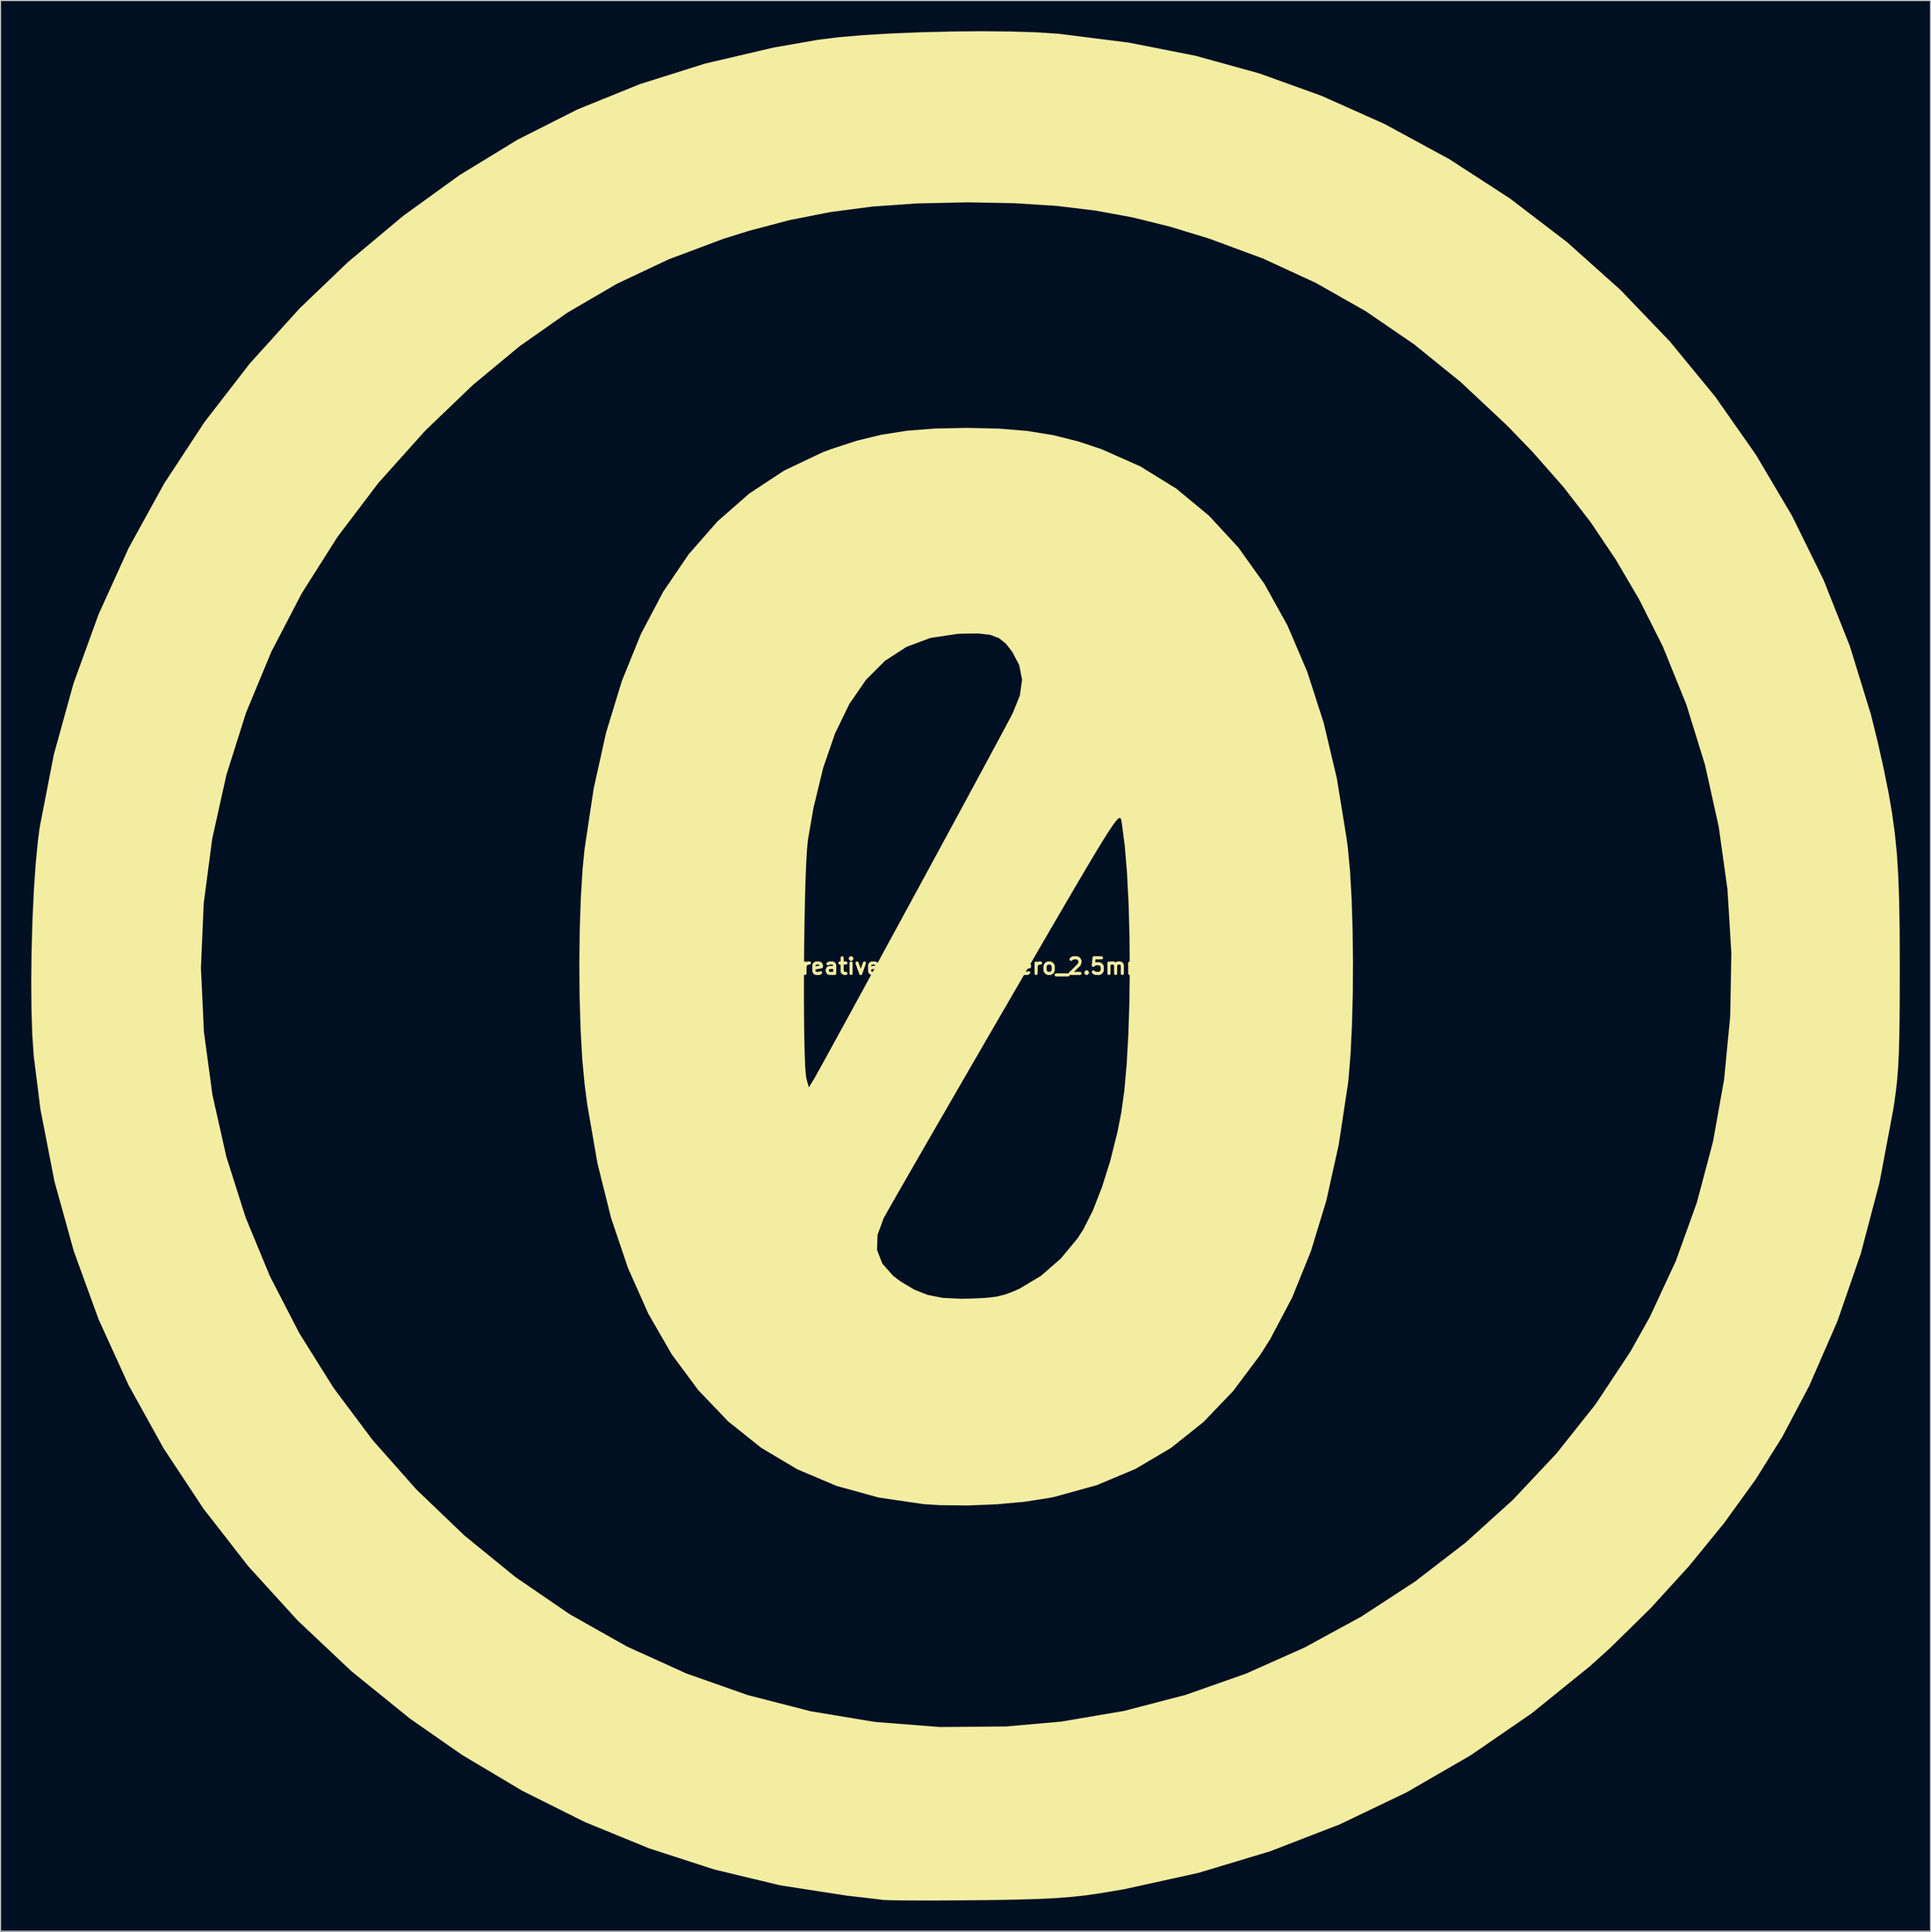
<source format=kicad_pcb>
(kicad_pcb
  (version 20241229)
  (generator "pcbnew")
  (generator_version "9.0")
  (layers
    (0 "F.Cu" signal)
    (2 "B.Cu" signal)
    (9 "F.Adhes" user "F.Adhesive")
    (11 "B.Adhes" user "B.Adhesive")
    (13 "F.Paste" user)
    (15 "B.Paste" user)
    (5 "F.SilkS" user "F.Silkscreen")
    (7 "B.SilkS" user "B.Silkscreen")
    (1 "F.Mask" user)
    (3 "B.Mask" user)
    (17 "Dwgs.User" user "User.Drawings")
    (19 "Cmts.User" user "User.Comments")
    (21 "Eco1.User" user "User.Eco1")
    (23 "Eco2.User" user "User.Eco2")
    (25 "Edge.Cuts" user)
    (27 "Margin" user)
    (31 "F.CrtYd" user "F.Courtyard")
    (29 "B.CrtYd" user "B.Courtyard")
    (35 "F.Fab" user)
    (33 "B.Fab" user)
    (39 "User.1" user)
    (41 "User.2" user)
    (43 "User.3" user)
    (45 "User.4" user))
  (footprint "CreativeCommons_Zero_2.5mm"
    (layer "F.Cu")
    (at 91.309 91.312)
    (property "Reference" "CreativeCommons_Zero_2.5mm" (at 0 0 0) (layer "F.SilkS") (effects (font (size 1.524 1.524) (thickness 0.3))))
    (attr board_only exclude_from_pos_files exclude_from_bom)
    (fp_poly (pts (xy 3.182 -52.51) (xy 5.966 -52.28) (xy 8.507 -51.869) (xy 10.962 -51.25) (xy 13.177 -50.514) (xy 16.993 -48.825) (xy 20.498 -46.659) (xy 23.69 -44.019) (xy 26.567 -40.907) (xy 29.129 -37.324) (xy 31.374 -33.274) (xy 33.3 -28.758) (xy 34.906 -23.779) (xy 36.191 -18.339) (xy 37.152 -12.44) (xy 37.264 -11.558) (xy 37.476 -9.312) (xy 37.631 -6.635) (xy 37.727 -3.662) (xy 37.766 -0.53) (xy 37.747 2.624) (xy 37.669 5.666) (xy 37.534 8.457) (xy 37.341 10.863) (xy 37.264 11.558) (xy 36.364 17.46) (xy 35.159 22.886) (xy 33.646 27.844) (xy 31.823 32.343) (xy 29.686 36.39) (xy 28.705 37.941) (xy 26.061 41.47) (xy 23.166 44.492) (xy 19.996 47.021) (xy 16.53 49.072) (xy 12.746 50.659) (xy 8.624 51.798) (xy 8.077 51.91) (xy 5.691 52.28) (xy 2.97 52.528) (xy 0.141 52.643) (xy -2.573 52.614) (xy -4.138 52.516) (xy -8.555 51.866) (xy -12.677 50.729) (xy -16.502 49.109) (xy -20.026 47.01) (xy -23.247 44.436) (xy -26.161 41.391) (xy -28.765 37.878) (xy -31.055 33.902) (xy -33.029 29.467) (xy -33.629 27.691) (xy -8.71 27.691) (xy -8.202 29.017) (xy -7.139 30.218) (xy -6.434 30.752) (xy -5.086 31.56) (xy -3.762 32.086) (xy -2.294 32.371) (xy -0.516 32.456) (xy 0.452 32.439) (xy 1.882 32.372) (xy 2.939 32.252) (xy 3.821 32.037) (xy 4.725 31.688) (xy 5.235 31.456) (xy 7.298 30.217) (xy 9.224 28.541) (xy 10.87 26.558) (xy 11.43 25.69) (xy 12.355 23.858) (xy 13.245 21.586) (xy 14.057 19.005) (xy 14.749 16.243) (xy 15.14 14.27) (xy 15.433 12.159) (xy 15.662 9.592) (xy 15.827 6.682) (xy 15.929 3.539) (xy 15.967 0.275) (xy 15.941 -2.998) (xy 15.851 -6.169) (xy 15.697 -9.126) (xy 15.479 -11.757) (xy 15.196 -13.951) (xy 15.168 -14.122) (xy 15.128 -14.322) (xy 15.072 -14.459) (xy 14.981 -14.503) (xy 14.834 -14.422) (xy 14.615 -14.187) (xy 14.303 -13.768) (xy 13.88 -13.134) (xy 13.326 -12.255) (xy 12.623 -11.101) (xy 11.752 -9.641) (xy 10.694 -7.846) (xy 9.43 -5.684) (xy 7.94 -3.127) (xy 6.207 -0.143) (xy 4.21 3.298) (xy 3.72 4.143) (xy 1.935 7.221) (xy 0.225 10.175) (xy -1.39 12.966) (xy -2.884 15.552) (xy -4.236 17.895) (xy -5.422 19.955) (xy -6.419 21.69) (xy -7.204 23.061) (xy -7.754 24.029) (xy -8.046 24.553) (xy -8.075 24.608) (xy -8.666 26.227) (xy -8.71 27.691) (xy -33.629 27.691) (xy -34.683 24.577) (xy -36.013 19.236) (xy -37.018 13.448) (xy -37.28 11.416) (xy -37.505 8.984) (xy -37.664 6.13) (xy -37.757 2.999) (xy -37.761 2.586) (xy -15.852 2.586) (xy -15.844 4.767) (xy -15.82 6.748) (xy -15.781 8.448) (xy -15.727 9.786) (xy -15.656 10.683) (xy -15.605 10.974) (xy -15.371 11.817) (xy -14.855 10.974) (xy -14.633 10.583) (xy -14.162 9.733) (xy -13.467 8.471) (xy -12.573 6.839) (xy -11.503 4.883) (xy -10.281 2.646) (xy -8.933 0.172) (xy -7.481 -2.494) (xy -5.95 -5.308) (xy -5.345 -6.421) (xy -3.776 -9.311) (xy -2.267 -12.093) (xy -0.843 -14.721) (xy 0.469 -17.147) (xy 1.645 -19.323) (xy 2.658 -21.204) (xy 3.484 -22.74) (xy 4.096 -23.886) (xy 4.469 -24.593) (xy 4.536 -24.722) (xy 5.238 -26.459) (xy 5.449 -27.996) (xy 5.169 -29.428) (xy 4.495 -30.705) (xy 3.867 -31.512) (xy 3.188 -32.055) (xy 2.339 -32.373) (xy 1.201 -32.504) (xy -0.344 -32.488) (xy -0.906 -32.46) (xy -3.495 -32.071) (xy -5.836 -31.198) (xy -7.934 -29.837) (xy -9.792 -27.98) (xy -11.415 -25.623) (xy -12.807 -22.759) (xy -13.973 -19.383) (xy -14.917 -15.487) (xy -15.453 -12.415) (xy -15.544 -11.529) (xy -15.624 -10.2) (xy -15.693 -8.507) (xy -15.75 -6.532) (xy -15.795 -4.355) (xy -15.828 -2.056) (xy -15.847 0.285) (xy -15.852 2.586) (xy -37.761 2.586) (xy -37.785 -0.266) (xy -37.746 -3.519) (xy -37.643 -6.615) (xy -37.473 -9.411) (xy -37.28 -11.416) (xy -36.388 -17.347) (xy -35.17 -22.834) (xy -33.63 -27.871) (xy -31.77 -32.455) (xy -29.594 -36.581) (xy -27.104 -40.244) (xy -24.303 -43.441) (xy -21.193 -46.166) (xy -17.777 -48.415) (xy -14.058 -50.184) (xy -13.224 -50.499) (xy -10.712 -51.32) (xy -8.281 -51.913) (xy -5.771 -52.304) (xy -3.019 -52.518) (xy 0 -52.58)) (stroke (width 0) (type solid)) (fill yes) (layer "F.SilkS"))
    (fp_poly (pts (xy 4.3 -91.287) (xy 6.819 -91.207) (xy 8.935 -91.07) (xy 9.074 -91.057) (xy 15.888 -90.199) (xy 22.376 -88.919) (xy 28.623 -87.193) (xy 34.71 -84.999) (xy 40.721 -82.313) (xy 40.954 -82.198) (xy 47.188 -78.813) (xy 53.101 -74.977) (xy 58.672 -70.716) (xy 63.88 -66.057) (xy 68.702 -61.029) (xy 73.118 -55.657) (xy 77.106 -49.968) (xy 80.643 -43.991) (xy 83.71 -37.752) (xy 86.283 -31.279) (xy 88.343 -24.597) (xy 89.059 -21.69) (xy 89.607 -19.222) (xy 90.052 -17.018) (xy 90.406 -14.975) (xy 90.678 -12.991) (xy 90.879 -10.962) (xy 91.017 -8.784) (xy 91.104 -6.356) (xy 91.149 -3.573) (xy 91.163 -0.332) (xy 91.163 0) (xy 91.158 2.76) (xy 91.144 5.034) (xy 91.116 6.906) (xy 91.072 8.462) (xy 91.006 9.785) (xy 90.915 10.961) (xy 90.795 12.074) (xy 90.643 13.209) (xy 90.539 13.905) (xy 89.179 21.125) (xy 87.353 28.051) (xy 85.066 34.665) (xy 82.323 40.953) (xy 79.684 45.948) (xy 77.081 50.109) (xy 74.017 54.347) (xy 70.577 58.564) (xy 66.841 62.662) (xy 62.894 66.543) (xy 60.895 68.346) (xy 55.226 72.932) (xy 49.25 77.04) (xy 42.987 80.662) (xy 36.454 83.789) (xy 29.67 86.412) (xy 22.653 88.523) (xy 15.422 90.114) (xy 12.994 90.523) (xy 11.667 90.712) (xy 10.313 90.86) (xy 8.836 90.975) (xy 7.137 91.061) (xy 5.12 91.123) (xy 2.687 91.168) (xy 0.999 91.188) (xy -1.161 91.206) (xy -3.17 91.215) (xy -4.948 91.215) (xy -6.413 91.206) (xy -7.485 91.188) (xy -8.082 91.163) (xy -8.134 91.157) (xy -8.795 91.074) (xy -9.844 90.95) (xy -11.099 90.805) (xy -11.701 90.737) (xy -18.144 89.738) (xy -24.586 88.192) (xy -30.972 86.123) (xy -37.246 83.552) (xy -43.355 80.502) (xy -49.243 76.995) (xy -54.321 73.457) (xy -60.025 68.84) (xy -65.297 63.87) (xy -70.123 58.567) (xy -74.492 52.953) (xy -78.391 47.05) (xy -81.809 40.88) (xy -84.731 34.464) (xy -87.148 27.824) (xy -89.045 20.981) (xy -90.411 13.957) (xy -91.064 8.742) (xy -91.207 6.684) (xy -91.287 4.206) (xy -91.309 1.435) (xy -91.294 0.148) (xy -74.736 0.148) (xy -74.447 6.384) (xy -73.615 12.544) (xy -72.252 18.599) (xy -70.374 24.518) (xy -67.992 30.274) (xy -65.121 35.836) (xy -61.774 41.177) (xy -57.964 46.265) (xy -53.705 51.073) (xy -49.011 55.571) (xy -44.025 59.632) (xy -38.704 63.276) (xy -33.13 66.417) (xy -27.335 69.045) (xy -21.349 71.154) (xy -15.204 72.734) (xy -8.932 73.777) (xy -2.562 74.276) (xy 3.873 74.222) (xy 9.251 73.75) (xy 15.378 72.711) (xy 21.41 71.141) (xy 27.307 69.067) (xy 33.029 66.517) (xy 38.537 63.517) (xy 43.791 60.096) (xy 48.751 56.28) (xy 53.377 52.096) (xy 57.631 47.573) (xy 61.471 42.736) (xy 64.859 37.614) (xy 66.746 34.247) (xy 69.292 28.771) (xy 71.349 23.05) (xy 72.919 17.134) (xy 74.003 11.073) (xy 74.6 4.916) (xy 74.712 -1.286) (xy 74.339 -7.485) (xy 73.483 -13.63) (xy 72.143 -19.672) (xy 70.322 -25.561) (xy 68.018 -31.247) (xy 65.719 -35.817) (xy 63.41 -39.748) (xy 60.98 -43.364) (xy 58.319 -46.807) (xy 55.319 -50.218) (xy 52.813 -52.813) (xy 48.296 -57.045) (xy 43.72 -60.75) (xy 39.019 -63.969) (xy 34.123 -66.746) (xy 28.964 -69.123) (xy 23.688 -71.074) (xy 19.885 -72.233) (xy 16.228 -73.137) (xy 12.58 -73.805) (xy 8.805 -74.259) (xy 4.763 -74.518) (xy 0.317 -74.603) (xy 0 -74.603) (xy -4.773 -74.502) (xy -9.145 -74.193) (xy -13.252 -73.658) (xy -17.233 -72.874) (xy -21.225 -71.821) (xy -23.719 -71.04) (xy -29.052 -69.042) (xy -34.109 -66.654) (xy -38.943 -63.838) (xy -43.61 -60.56) (xy -48.165 -56.785) (xy -52.662 -52.476) (xy -52.958 -52.173) (xy -57.43 -47.177) (xy -61.413 -41.919) (xy -64.896 -36.419) (xy -67.871 -30.701) (xy -70.326 -24.785) (xy -72.251 -18.693) (xy -73.637 -12.447) (xy -74.467 -6.136) (xy -74.736 0.148) (xy -91.294 0.148) (xy -91.275 -1.499) (xy -91.19 -4.467) (xy -91.056 -7.34) (xy -90.877 -9.988) (xy -90.656 -12.282) (xy -90.487 -13.556) (xy -89.104 -20.674) (xy -87.184 -27.615) (xy -84.74 -34.356) (xy -81.783 -40.875) (xy -78.328 -47.148) (xy -74.387 -53.151) (xy -69.972 -58.861) (xy -65.096 -64.254) (xy -60.399 -68.752) (xy -54.988 -73.281) (xy -49.476 -77.264) (xy -43.818 -80.721) (xy -37.969 -83.674) (xy -31.885 -86.143) (xy -25.52 -88.149) (xy -18.83 -89.715) (xy -14.412 -90.486) (xy -12.475 -90.726) (xy -10.09 -90.928) (xy -7.379 -91.091) (xy -4.462 -91.211) (xy -1.463 -91.286) (xy 1.499 -91.312)) (stroke (width 0) (type solid)) (fill yes) (layer "F.SilkS")))
  (gr_rect
    (start -3 -3)
    (end 185.471 185.527)
    (stroke (width 0.1) (type default))
    (fill no)
    (layer "Edge.Cuts")))
</source>
